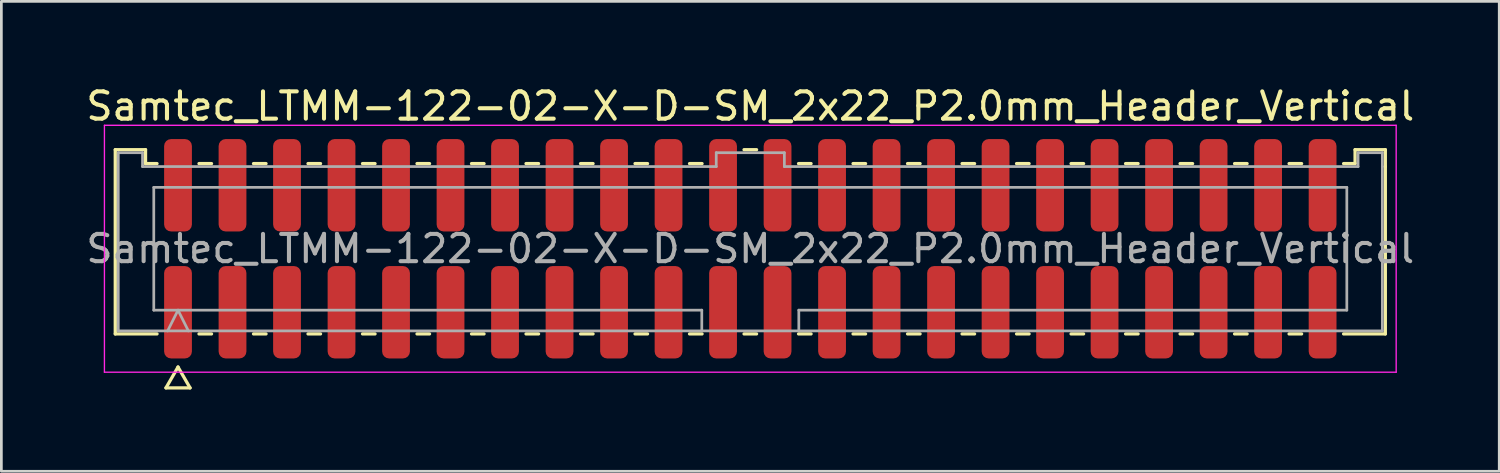
<source format=kicad_pcb>
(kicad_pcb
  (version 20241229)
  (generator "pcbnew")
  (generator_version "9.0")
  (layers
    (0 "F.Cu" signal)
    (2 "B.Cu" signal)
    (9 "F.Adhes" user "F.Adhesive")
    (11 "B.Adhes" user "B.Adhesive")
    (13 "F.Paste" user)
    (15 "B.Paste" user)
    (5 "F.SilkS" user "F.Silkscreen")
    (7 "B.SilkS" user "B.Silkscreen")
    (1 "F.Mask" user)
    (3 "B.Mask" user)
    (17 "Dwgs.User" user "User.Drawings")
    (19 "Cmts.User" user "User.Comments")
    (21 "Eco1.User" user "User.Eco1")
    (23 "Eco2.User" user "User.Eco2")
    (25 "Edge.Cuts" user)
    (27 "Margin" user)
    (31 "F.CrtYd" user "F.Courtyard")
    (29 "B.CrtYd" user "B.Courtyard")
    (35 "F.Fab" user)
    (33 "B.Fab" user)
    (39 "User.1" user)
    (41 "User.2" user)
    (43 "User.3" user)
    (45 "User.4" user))
  (footprint "Samtec_LTMM-122-02-X-D-SM_2x22_P2.0mm_Header_Vertical"
    (layer "F.Cu")
    (at 24.482 6.078)
    (property "Reference" "Samtec_LTMM-122-02-X-D-SM_2x22_P2.0mm_Header_Vertical" (at 0 -5.23 0) (layer "F.SilkS") (effects (font (size 1 1) (thickness 0.15))))
    (attr smd)
    (fp_line (start -23.302 -3.635) (end -22.192 -3.635) (stroke (width 0.12) (type solid)) (layer "F.SilkS"))
    (fp_line (start -23.302 3.125) (end -23.302 -3.635) (stroke (width 0.12) (type solid)) (layer "F.SilkS"))
    (fp_line (start -22.192 -3.635) (end -22.192 -3.125) (stroke (width 0.12) (type solid)) (layer "F.SilkS"))
    (fp_line (start -22.192 -3.125) (end -21.77 -3.125) (stroke (width 0.12) (type solid)) (layer "F.SilkS"))
    (fp_line (start -21.77 3.125) (end -23.302 3.125) (stroke (width 0.12) (type solid)) (layer "F.SilkS"))
    (fp_line (start -21.442 5.105) (end -21 4.34) (stroke (width 0.12) (type solid)) (layer "F.SilkS"))
    (fp_line (start -21 4.34) (end -20.558 5.105) (stroke (width 0.12) (type solid)) (layer "F.SilkS"))
    (fp_line (start -20.558 5.105) (end -21.442 5.105) (stroke (width 0.12) (type solid)) (layer "F.SilkS"))
    (fp_line (start -20.23 -3.125) (end -19.77 -3.125) (stroke (width 0.12) (type solid)) (layer "F.SilkS"))
    (fp_line (start -19.77 3.125) (end -20.23 3.125) (stroke (width 0.12) (type solid)) (layer "F.SilkS"))
    (fp_line (start -18.23 -3.125) (end -17.77 -3.125) (stroke (width 0.12) (type solid)) (layer "F.SilkS"))
    (fp_line (start -17.77 3.125) (end -18.23 3.125) (stroke (width 0.12) (type solid)) (layer "F.SilkS"))
    (fp_line (start -16.23 -3.125) (end -15.77 -3.125) (stroke (width 0.12) (type solid)) (layer "F.SilkS"))
    (fp_line (start -15.77 3.125) (end -16.23 3.125) (stroke (width 0.12) (type solid)) (layer "F.SilkS"))
    (fp_line (start -14.23 -3.125) (end -13.77 -3.125) (stroke (width 0.12) (type solid)) (layer "F.SilkS"))
    (fp_line (start -13.77 3.125) (end -14.23 3.125) (stroke (width 0.12) (type solid)) (layer "F.SilkS"))
    (fp_line (start -12.23 -3.125) (end -11.77 -3.125) (stroke (width 0.12) (type solid)) (layer "F.SilkS"))
    (fp_line (start -11.77 3.125) (end -12.23 3.125) (stroke (width 0.12) (type solid)) (layer "F.SilkS"))
    (fp_line (start -10.23 -3.125) (end -9.77 -3.125) (stroke (width 0.12) (type solid)) (layer "F.SilkS"))
    (fp_line (start -9.77 3.125) (end -10.23 3.125) (stroke (width 0.12) (type solid)) (layer "F.SilkS"))
    (fp_line (start -8.23 -3.125) (end -7.77 -3.125) (stroke (width 0.12) (type solid)) (layer "F.SilkS"))
    (fp_line (start -7.77 3.125) (end -8.23 3.125) (stroke (width 0.12) (type solid)) (layer "F.SilkS"))
    (fp_line (start -6.23 -3.125) (end -5.77 -3.125) (stroke (width 0.12) (type solid)) (layer "F.SilkS"))
    (fp_line (start -5.77 3.125) (end -6.23 3.125) (stroke (width 0.12) (type solid)) (layer "F.SilkS"))
    (fp_line (start -4.23 -3.125) (end -3.77 -3.125) (stroke (width 0.12) (type solid)) (layer "F.SilkS"))
    (fp_line (start -3.77 3.125) (end -4.23 3.125) (stroke (width 0.12) (type solid)) (layer "F.SilkS"))
    (fp_line (start -2.23 -3.125) (end -1.77 -3.125) (stroke (width 0.12) (type solid)) (layer "F.SilkS"))
    (fp_line (start -1.77 3.125) (end -2.23 3.125) (stroke (width 0.12) (type solid)) (layer "F.SilkS"))
    (fp_line (start -0.23 -3.635) (end 0.23 -3.635) (stroke (width 0.12) (type solid)) (layer "F.SilkS"))
    (fp_line (start 0.23 3.125) (end -0.23 3.125) (stroke (width 0.12) (type solid)) (layer "F.SilkS"))
    (fp_line (start 1.77 -3.125) (end 2.23 -3.125) (stroke (width 0.12) (type solid)) (layer "F.SilkS"))
    (fp_line (start 2.23 3.125) (end 1.77 3.125) (stroke (width 0.12) (type solid)) (layer "F.SilkS"))
    (fp_line (start 3.77 -3.125) (end 4.23 -3.125) (stroke (width 0.12) (type solid)) (layer "F.SilkS"))
    (fp_line (start 4.23 3.125) (end 3.77 3.125) (stroke (width 0.12) (type solid)) (layer "F.SilkS"))
    (fp_line (start 5.77 -3.125) (end 6.23 -3.125) (stroke (width 0.12) (type solid)) (layer "F.SilkS"))
    (fp_line (start 6.23 3.125) (end 5.77 3.125) (stroke (width 0.12) (type solid)) (layer "F.SilkS"))
    (fp_line (start 7.77 -3.125) (end 8.23 -3.125) (stroke (width 0.12) (type solid)) (layer "F.SilkS"))
    (fp_line (start 8.23 3.125) (end 7.77 3.125) (stroke (width 0.12) (type solid)) (layer "F.SilkS"))
    (fp_line (start 9.77 -3.125) (end 10.23 -3.125) (stroke (width 0.12) (type solid)) (layer "F.SilkS"))
    (fp_line (start 10.23 3.125) (end 9.77 3.125) (stroke (width 0.12) (type solid)) (layer "F.SilkS"))
    (fp_line (start 11.77 -3.125) (end 12.23 -3.125) (stroke (width 0.12) (type solid)) (layer "F.SilkS"))
    (fp_line (start 12.23 3.125) (end 11.77 3.125) (stroke (width 0.12) (type solid)) (layer "F.SilkS"))
    (fp_line (start 13.77 -3.125) (end 14.23 -3.125) (stroke (width 0.12) (type solid)) (layer "F.SilkS"))
    (fp_line (start 14.23 3.125) (end 13.77 3.125) (stroke (width 0.12) (type solid)) (layer "F.SilkS"))
    (fp_line (start 15.77 -3.125) (end 16.23 -3.125) (stroke (width 0.12) (type solid)) (layer "F.SilkS"))
    (fp_line (start 16.23 3.125) (end 15.77 3.125) (stroke (width 0.12) (type solid)) (layer "F.SilkS"))
    (fp_line (start 17.77 -3.125) (end 18.23 -3.125) (stroke (width 0.12) (type solid)) (layer "F.SilkS"))
    (fp_line (start 18.23 3.125) (end 17.77 3.125) (stroke (width 0.12) (type solid)) (layer "F.SilkS"))
    (fp_line (start 19.77 -3.125) (end 20.23 -3.125) (stroke (width 0.12) (type solid)) (layer "F.SilkS"))
    (fp_line (start 20.23 3.125) (end 19.77 3.125) (stroke (width 0.12) (type solid)) (layer "F.SilkS"))
    (fp_line (start 21.77 -3.125) (end 22.192 -3.125) (stroke (width 0.12) (type solid)) (layer "F.SilkS"))
    (fp_line (start 22.192 -3.635) (end 23.302 -3.635) (stroke (width 0.12) (type solid)) (layer "F.SilkS"))
    (fp_line (start 22.192 -3.125) (end 22.192 -3.635) (stroke (width 0.12) (type solid)) (layer "F.SilkS"))
    (fp_line (start 23.302 -3.635) (end 23.302 -3.015) (stroke (width 0.12) (type solid)) (layer "F.SilkS"))
    (fp_line (start 23.302 -3.015) (end 23.302 3.125) (stroke (width 0.12) (type solid)) (layer "F.SilkS"))
    (fp_line (start 23.302 3.125) (end 21.77 3.125) (stroke (width 0.12) (type solid)) (layer "F.SilkS"))
    (fp_line (start -23.7 -4.53) (end -23.7 4.53) (stroke (width 0.05) (type solid)) (layer "F.CrtYd"))
    (fp_line (start -23.7 4.53) (end 23.7 4.53) (stroke (width 0.05) (type solid)) (layer "F.CrtYd"))
    (fp_line (start 23.7 -4.53) (end -23.7 -4.53) (stroke (width 0.05) (type solid)) (layer "F.CrtYd"))
    (fp_line (start 23.7 4.53) (end 23.7 -4.53) (stroke (width 0.05) (type solid)) (layer "F.CrtYd"))
    (fp_line (start -23.192 -3.525) (end -22.302 -3.525) (stroke (width 0.1) (type solid)) (layer "F.Fab"))
    (fp_line (start -23.192 3.015) (end -23.192 -3.525) (stroke (width 0.1) (type solid)) (layer "F.Fab"))
    (fp_line (start -22.302 -3.525) (end -22.302 -3.015) (stroke (width 0.1) (type solid)) (layer "F.Fab"))
    (fp_line (start -22.302 -3.015) (end -1.25 -3.015) (stroke (width 0.1) (type solid)) (layer "F.Fab"))
    (fp_line (start -21.889 -2.253) (end 21.889 -2.253) (stroke (width 0.1) (type solid)) (layer "F.Fab"))
    (fp_line (start -21.889 2.253) (end -21.889 -2.253) (stroke (width 0.1) (type solid)) (layer "F.Fab"))
    (fp_line (start -21.381 3.015) (end -21 2.253) (stroke (width 0.1) (type solid)) (layer "F.Fab"))
    (fp_line (start -21 2.253) (end -20.619 3.015) (stroke (width 0.1) (type solid)) (layer "F.Fab"))
    (fp_line (start -1.78 2.253) (end -21.889 2.253) (stroke (width 0.1) (type solid)) (layer "F.Fab"))
    (fp_line (start -1.78 3.015) (end -1.78 2.253) (stroke (width 0.1) (type solid)) (layer "F.Fab"))
    (fp_line (start -1.25 -3.525) (end 1.25 -3.525) (stroke (width 0.1) (type solid)) (layer "F.Fab"))
    (fp_line (start -1.25 -3.015) (end -1.25 -3.525) (stroke (width 0.1) (type solid)) (layer "F.Fab"))
    (fp_line (start 1.25 -3.525) (end 1.25 -3.015) (stroke (width 0.1) (type solid)) (layer "F.Fab"))
    (fp_line (start 1.25 -3.015) (end 22.302 -3.015) (stroke (width 0.1) (type solid)) (layer "F.Fab"))
    (fp_line (start 1.78 2.253) (end 1.78 3.015) (stroke (width 0.1) (type solid)) (layer "F.Fab"))
    (fp_line (start 21.889 -2.253) (end 21.889 2.253) (stroke (width 0.1) (type solid)) (layer "F.Fab"))
    (fp_line (start 21.889 2.253) (end 1.78 2.253) (stroke (width 0.1) (type solid)) (layer "F.Fab"))
    (fp_line (start 22.302 -3.525) (end 23.192 -3.525) (stroke (width 0.1) (type solid)) (layer "F.Fab"))
    (fp_line (start 22.302 -3.015) (end 22.302 -3.525) (stroke (width 0.1) (type solid)) (layer "F.Fab"))
    (fp_line (start 23.192 -3.525) (end 23.192 -3.015) (stroke (width 0.1) (type solid)) (layer "F.Fab"))
    (fp_line (start 23.192 -3.015) (end 23.192 3.015) (stroke (width 0.1) (type solid)) (layer "F.Fab"))
    (fp_line (start 23.192 3.015) (end -23.192 3.015) (stroke (width 0.1) (type solid)) (layer "F.Fab"))
    (fp_text user "${REFERENCE}" (at 0 0 0) (layer "F.Fab") (effects (font (size 1 1) (thickness 0.15))))
    (pad "1" smd roundrect (at -21 2.33) (size 1.02 3.39) (layers "F.Cu" "F.Mask" "F.Paste") (roundrect_rratio 0.25))
    (pad "2" smd roundrect (at -21 -2.33) (size 1.02 3.39) (layers "F.Cu" "F.Mask" "F.Paste") (roundrect_rratio 0.25))
    (pad "3" smd roundrect (at -19 2.33) (size 1.02 3.39) (layers "F.Cu" "F.Mask" "F.Paste") (roundrect_rratio 0.25))
    (pad "4" smd roundrect (at -19 -2.33) (size 1.02 3.39) (layers "F.Cu" "F.Mask" "F.Paste") (roundrect_rratio 0.25))
    (pad "5" smd roundrect (at -17 2.33) (size 1.02 3.39) (layers "F.Cu" "F.Mask" "F.Paste") (roundrect_rratio 0.25))
    (pad "6" smd roundrect (at -17 -2.33) (size 1.02 3.39) (layers "F.Cu" "F.Mask" "F.Paste") (roundrect_rratio 0.25))
    (pad "7" smd roundrect (at -15 2.33) (size 1.02 3.39) (layers "F.Cu" "F.Mask" "F.Paste") (roundrect_rratio 0.25))
    (pad "8" smd roundrect (at -15 -2.33) (size 1.02 3.39) (layers "F.Cu" "F.Mask" "F.Paste") (roundrect_rratio 0.25))
    (pad "9" smd roundrect (at -13 2.33) (size 1.02 3.39) (layers "F.Cu" "F.Mask" "F.Paste") (roundrect_rratio 0.25))
    (pad "10" smd roundrect (at -13 -2.33) (size 1.02 3.39) (layers "F.Cu" "F.Mask" "F.Paste") (roundrect_rratio 0.25))
    (pad "11" smd roundrect (at -11 2.33) (size 1.02 3.39) (layers "F.Cu" "F.Mask" "F.Paste") (roundrect_rratio 0.25))
    (pad "12" smd roundrect (at -11 -2.33) (size 1.02 3.39) (layers "F.Cu" "F.Mask" "F.Paste") (roundrect_rratio 0.25))
    (pad "13" smd roundrect (at -9 2.33) (size 1.02 3.39) (layers "F.Cu" "F.Mask" "F.Paste") (roundrect_rratio 0.25))
    (pad "14" smd roundrect (at -9 -2.33) (size 1.02 3.39) (layers "F.Cu" "F.Mask" "F.Paste") (roundrect_rratio 0.25))
    (pad "15" smd roundrect (at -7 2.33) (size 1.02 3.39) (layers "F.Cu" "F.Mask" "F.Paste") (roundrect_rratio 0.25))
    (pad "16" smd roundrect (at -7 -2.33) (size 1.02 3.39) (layers "F.Cu" "F.Mask" "F.Paste") (roundrect_rratio 0.25))
    (pad "17" smd roundrect (at -5 2.33) (size 1.02 3.39) (layers "F.Cu" "F.Mask" "F.Paste") (roundrect_rratio 0.25))
    (pad "18" smd roundrect (at -5 -2.33) (size 1.02 3.39) (layers "F.Cu" "F.Mask" "F.Paste") (roundrect_rratio 0.25))
    (pad "19" smd roundrect (at -3 2.33) (size 1.02 3.39) (layers "F.Cu" "F.Mask" "F.Paste") (roundrect_rratio 0.25))
    (pad "20" smd roundrect (at -3 -2.33) (size 1.02 3.39) (layers "F.Cu" "F.Mask" "F.Paste") (roundrect_rratio 0.25))
    (pad "21" smd roundrect (at -1 2.33) (size 1.02 3.39) (layers "F.Cu" "F.Mask" "F.Paste") (roundrect_rratio 0.25))
    (pad "22" smd roundrect (at -1 -2.33) (size 1.02 3.39) (layers "F.Cu" "F.Mask" "F.Paste") (roundrect_rratio 0.25))
    (pad "23" smd roundrect (at 1 2.33) (size 1.02 3.39) (layers "F.Cu" "F.Mask" "F.Paste") (roundrect_rratio 0.25))
    (pad "24" smd roundrect (at 1 -2.33) (size 1.02 3.39) (layers "F.Cu" "F.Mask" "F.Paste") (roundrect_rratio 0.25))
    (pad "25" smd roundrect (at 3 2.33) (size 1.02 3.39) (layers "F.Cu" "F.Mask" "F.Paste") (roundrect_rratio 0.25))
    (pad "26" smd roundrect (at 3 -2.33) (size 1.02 3.39) (layers "F.Cu" "F.Mask" "F.Paste") (roundrect_rratio 0.25))
    (pad "27" smd roundrect (at 5 2.33) (size 1.02 3.39) (layers "F.Cu" "F.Mask" "F.Paste") (roundrect_rratio 0.25))
    (pad "28" smd roundrect (at 5 -2.33) (size 1.02 3.39) (layers "F.Cu" "F.Mask" "F.Paste") (roundrect_rratio 0.25))
    (pad "29" smd roundrect (at 7 2.33) (size 1.02 3.39) (layers "F.Cu" "F.Mask" "F.Paste") (roundrect_rratio 0.25))
    (pad "30" smd roundrect (at 7 -2.33) (size 1.02 3.39) (layers "F.Cu" "F.Mask" "F.Paste") (roundrect_rratio 0.25))
    (pad "31" smd roundrect (at 9 2.33) (size 1.02 3.39) (layers "F.Cu" "F.Mask" "F.Paste") (roundrect_rratio 0.25))
    (pad "32" smd roundrect (at 9 -2.33) (size 1.02 3.39) (layers "F.Cu" "F.Mask" "F.Paste") (roundrect_rratio 0.25))
    (pad "33" smd roundrect (at 11 2.33) (size 1.02 3.39) (layers "F.Cu" "F.Mask" "F.Paste") (roundrect_rratio 0.25))
    (pad "34" smd roundrect (at 11 -2.33) (size 1.02 3.39) (layers "F.Cu" "F.Mask" "F.Paste") (roundrect_rratio 0.25))
    (pad "35" smd roundrect (at 13 2.33) (size 1.02 3.39) (layers "F.Cu" "F.Mask" "F.Paste") (roundrect_rratio 0.25))
    (pad "36" smd roundrect (at 13 -2.33) (size 1.02 3.39) (layers "F.Cu" "F.Mask" "F.Paste") (roundrect_rratio 0.25))
    (pad "37" smd roundrect (at 15 2.33) (size 1.02 3.39) (layers "F.Cu" "F.Mask" "F.Paste") (roundrect_rratio 0.25))
    (pad "38" smd roundrect (at 15 -2.33) (size 1.02 3.39) (layers "F.Cu" "F.Mask" "F.Paste") (roundrect_rratio 0.25))
    (pad "39" smd roundrect (at 17 2.33) (size 1.02 3.39) (layers "F.Cu" "F.Mask" "F.Paste") (roundrect_rratio 0.25))
    (pad "40" smd roundrect (at 17 -2.33) (size 1.02 3.39) (layers "F.Cu" "F.Mask" "F.Paste") (roundrect_rratio 0.25))
    (pad "41" smd roundrect (at 19 2.33) (size 1.02 3.39) (layers "F.Cu" "F.Mask" "F.Paste") (roundrect_rratio 0.25))
    (pad "42" smd roundrect (at 19 -2.33) (size 1.02 3.39) (layers "F.Cu" "F.Mask" "F.Paste") (roundrect_rratio 0.25))
    (pad "43" smd roundrect (at 21 2.33) (size 1.02 3.39) (layers "F.Cu" "F.Mask" "F.Paste") (roundrect_rratio 0.25))
    (pad "44" smd roundrect (at 21 -2.33) (size 1.02 3.39) (layers "F.Cu" "F.Mask" "F.Paste") (roundrect_rratio 0.25)))
  (gr_rect
    (start -3 -3)
    (end 51.964 14.243)
    (stroke (width 0.1) (type default))
    (fill no)
    (layer "Edge.Cuts")))
</source>
